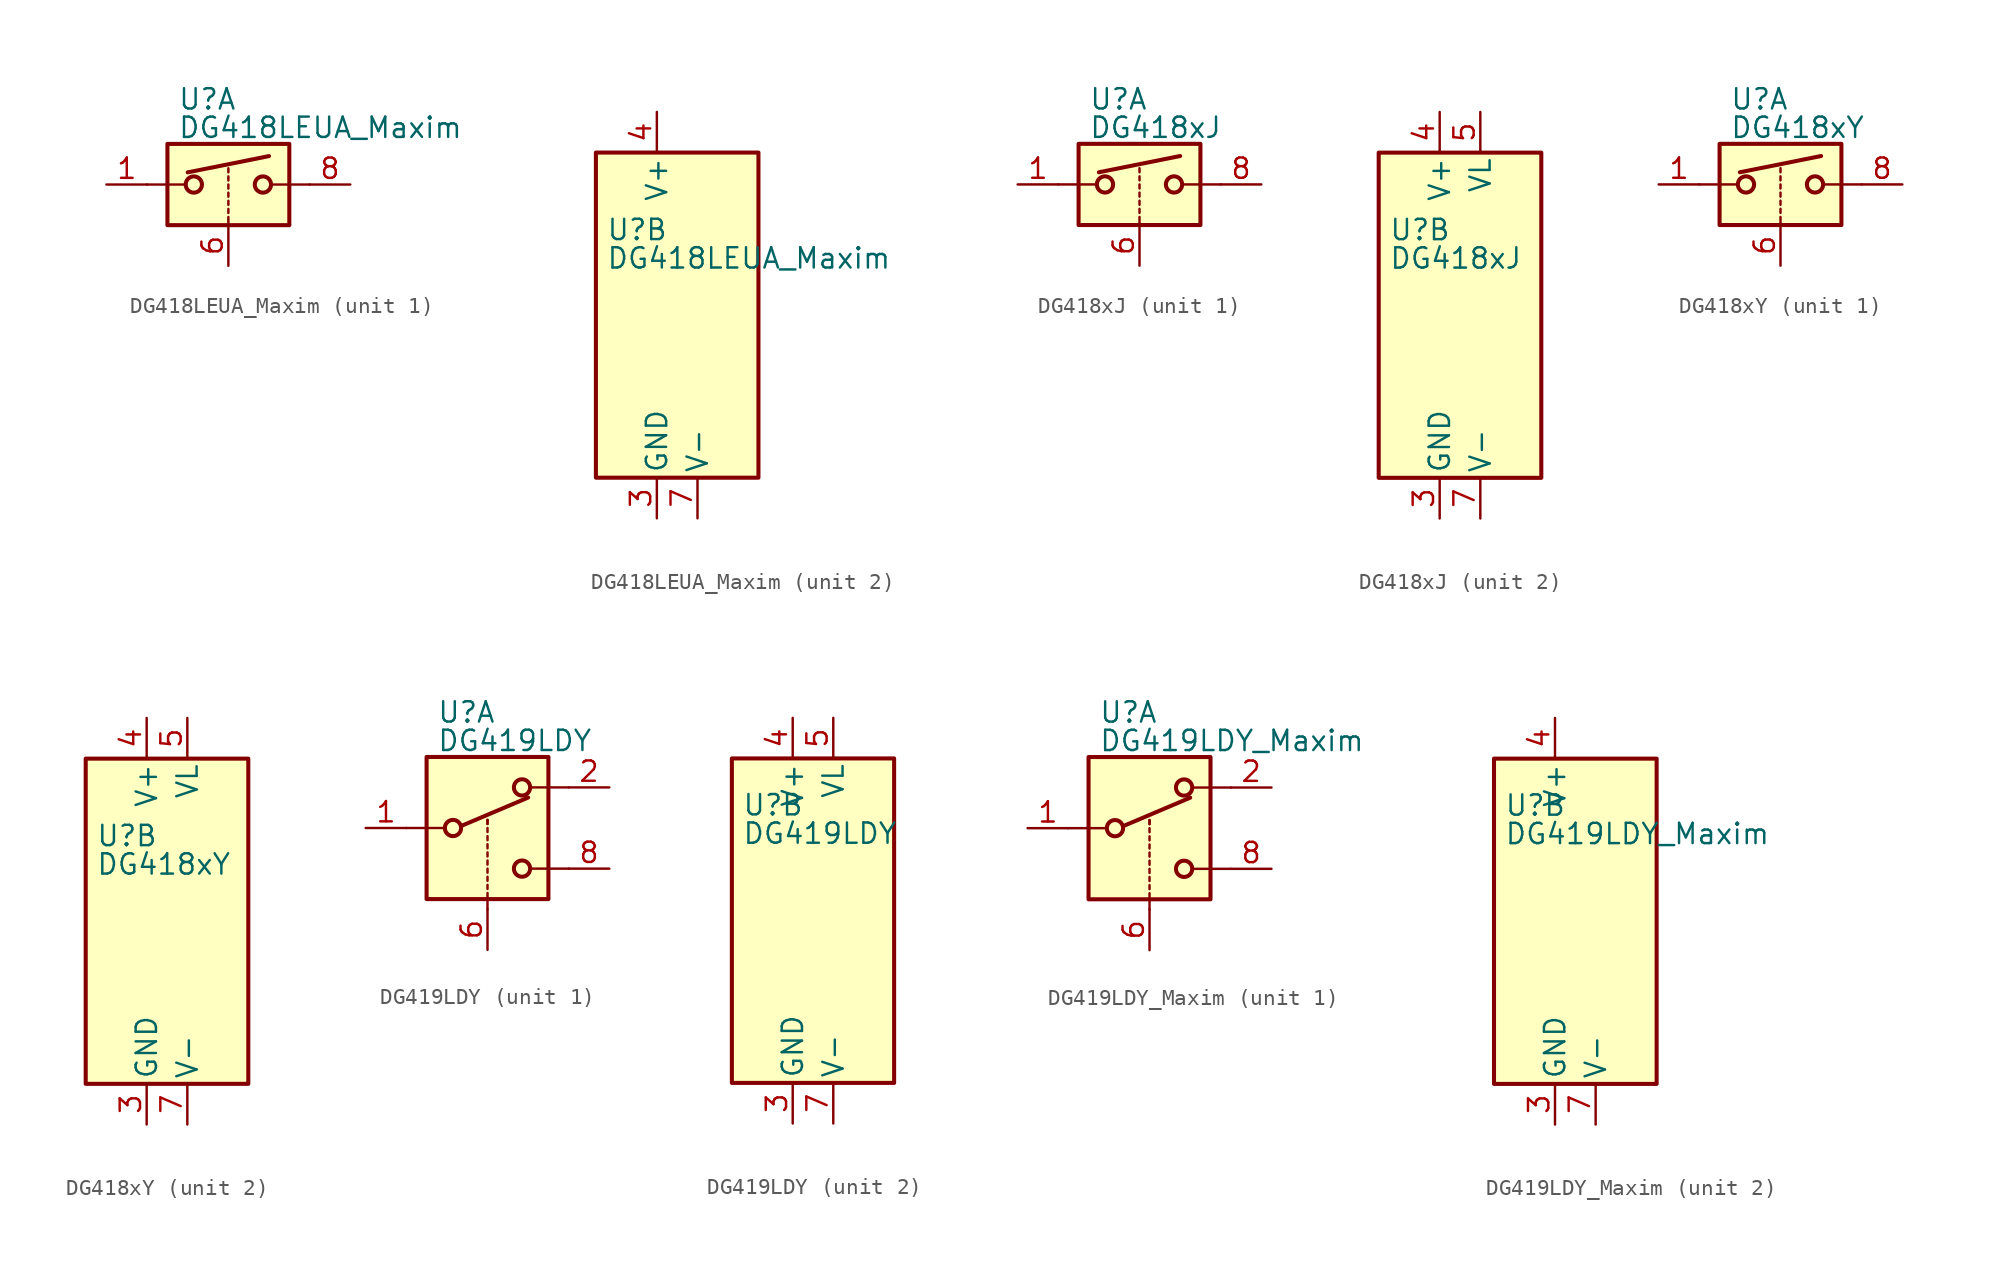
<source format=kicad_sym>
(kicad_symbol_lib
  (version 20241209)
  (generator "kicad_symbol_editor")
  (generator_version "9.0")
  (symbol "DG418LEUA_Maxim"
    (pin_names
      (offset 0.254))
    (property "Reference" "U"
      (at -3.175 5.334 0)
      (effects (font (size 1.27 1.27)) (justify left)))
    (property "Value" "DG418LEUA_Maxim"
      (at -3.175 3.556 0)
      (effects (font (size 1.27 1.27)) (justify left)))
    (symbol "DG418LEUA_Maxim_1_1"
      (polyline (pts (xy -5.08 0) (xy -2.794 0)) (stroke (width 0) (type default)) (fill (type none)))
      (rectangle (start -3.81 2.54) (end 3.81 -2.54) (stroke (width 0.254) (type default)) (fill (type background)))
      (polyline (pts (xy -2.54 0.762) (xy 2.54 1.778)) (stroke (width 0.254) (type default)) (fill (type none)))
      (circle (center -2.159 0) (radius 0.508) (stroke (width 0.254) (type default)) (fill (type none)))
      (polyline (pts (xy 0 0.762) (xy 0 1.016)) (stroke (width 0) (type default)) (fill (type none)))
      (polyline (pts (xy 0 0.254) (xy 0 0.508)) (stroke (width 0) (type default)) (fill (type none)))
      (polyline (pts (xy 0 -0.254) (xy 0 0)) (stroke (width 0) (type default)) (fill (type none)))
      (polyline (pts (xy 0 -0.762) (xy 0 -0.508)) (stroke (width 0) (type default)) (fill (type none)))
      (polyline (pts (xy 0 -1.27) (xy 0 -1.016)) (stroke (width 0) (type default)) (fill (type none)))
      (polyline (pts (xy 0 -1.778) (xy 0 -1.524)) (stroke (width 0) (type default)) (fill (type none)))
      (polyline (pts (xy 0 -2.54) (xy 0 -2.032)) (stroke (width 0) (type default)) (fill (type none)))
      (circle (center 2.159 0) (radius 0.508) (stroke (width 0.254) (type default)) (fill (type none)))
      (polyline (pts (xy 5.08 0) (xy 2.794 0)) (stroke (width 0) (type default)) (fill (type none)))
      (pin passive line (at -7.62 0 0) (length 2.54) (name "~" (effects (font (size 1.27 1.27)))) (number "1" (effects (font (size 1.27 1.27)))))
      (pin input line (at 0 -5.08 90) (length 2.54) (name "~" (effects (font (size 1.27 1.27)))) (number "6" (effects (font (size 1.27 1.27)))))
      (pin passive line (at 7.62 0 180) (length 2.54) (name "~" (effects (font (size 1.27 1.27)))) (number "8" (effects (font (size 1.27 1.27))))))
    (symbol "DG418LEUA_Maxim_2_0"
      (pin no_connect line (at -2.54 10.16 270) (length 2.54) (hide yes) (name "NC" (effects (font (size 1.27 1.27)))) (number "2" (effects (font (size 1.27 1.27)))))
      (pin power_in line (at 0 12.7 270) (length 2.54) (name "V+" (effects (font (size 1.27 1.27)))) (number "4" (effects (font (size 1.27 1.27)))))
      (pin power_in line (at 0 -12.7 90) (length 2.54) (name "GND" (effects (font (size 1.27 1.27)))) (number "3" (effects (font (size 1.27 1.27)))))
      (pin no_connect line (at 2.54 10.16 270) (length 2.54) (hide yes) (name "NC" (effects (font (size 1.27 1.27)))) (number "5" (effects (font (size 1.27 1.27)))))
      (pin power_in line (at 2.54 -12.7 90) (length 2.54) (name "V-" (effects (font (size 1.27 1.27)))) (number "7" (effects (font (size 1.27 1.27))))))
    (symbol "DG418LEUA_Maxim_2_1"
      (rectangle (start -3.81 10.16) (end 6.35 -10.16) (stroke (width 0.254) (type default)) (fill (type background)))))
  (symbol "DG418xJ"
    (pin_names
      (offset 0.254))
    (property "Reference" "U"
      (at -3.175 5.334 0)
      (effects (font (size 1.27 1.27)) (justify left)))
    (property "Value" "DG418xJ"
      (at -3.175 3.556 0)
      (effects (font (size 1.27 1.27)) (justify left)))
    (symbol "DG418xJ_1_1"
      (polyline (pts (xy -5.08 0) (xy -2.794 0)) (stroke (width 0) (type default)) (fill (type none)))
      (rectangle (start -3.81 2.54) (end 3.81 -2.54) (stroke (width 0.254) (type default)) (fill (type background)))
      (polyline (pts (xy -2.54 0.762) (xy 2.54 1.778)) (stroke (width 0.254) (type default)) (fill (type none)))
      (circle (center -2.159 0) (radius 0.508) (stroke (width 0.254) (type default)) (fill (type none)))
      (polyline (pts (xy 0 0.762) (xy 0 1.016)) (stroke (width 0) (type default)) (fill (type none)))
      (polyline (pts (xy 0 0.254) (xy 0 0.508)) (stroke (width 0) (type default)) (fill (type none)))
      (polyline (pts (xy 0 -0.254) (xy 0 0)) (stroke (width 0) (type default)) (fill (type none)))
      (polyline (pts (xy 0 -0.762) (xy 0 -0.508)) (stroke (width 0) (type default)) (fill (type none)))
      (polyline (pts (xy 0 -1.27) (xy 0 -1.016)) (stroke (width 0) (type default)) (fill (type none)))
      (polyline (pts (xy 0 -1.778) (xy 0 -1.524)) (stroke (width 0) (type default)) (fill (type none)))
      (polyline (pts (xy 0 -2.54) (xy 0 -2.032)) (stroke (width 0) (type default)) (fill (type none)))
      (circle (center 2.159 0) (radius 0.508) (stroke (width 0.254) (type default)) (fill (type none)))
      (polyline (pts (xy 5.08 0) (xy 2.794 0)) (stroke (width 0) (type default)) (fill (type none)))
      (pin passive line (at -7.62 0 0) (length 2.54) (name "~" (effects (font (size 1.27 1.27)))) (number "1" (effects (font (size 1.27 1.27)))))
      (pin input line (at 0 -5.08 90) (length 2.54) (name "~" (effects (font (size 1.27 1.27)))) (number "6" (effects (font (size 1.27 1.27)))))
      (pin passive line (at 7.62 0 180) (length 2.54) (name "~" (effects (font (size 1.27 1.27)))) (number "8" (effects (font (size 1.27 1.27))))))
    (symbol "DG418xJ_2_0"
      (pin no_connect line (at -2.54 10.16 270) (length 2.54) (hide yes) (name "NC" (effects (font (size 1.27 1.27)))) (number "2" (effects (font (size 1.27 1.27)))))
      (pin power_in line (at 0 12.7 270) (length 2.54) (name "V+" (effects (font (size 1.27 1.27)))) (number "4" (effects (font (size 1.27 1.27)))))
      (pin power_in line (at 0 -12.7 90) (length 2.54) (name "GND" (effects (font (size 1.27 1.27)))) (number "3" (effects (font (size 1.27 1.27)))))
      (pin power_in line (at 2.54 12.7 270) (length 2.54) (name "VL" (effects (font (size 1.27 1.27)))) (number "5" (effects (font (size 1.27 1.27)))))
      (pin power_in line (at 2.54 -12.7 90) (length 2.54) (name "V-" (effects (font (size 1.27 1.27)))) (number "7" (effects (font (size 1.27 1.27))))))
    (symbol "DG418xJ_2_1"
      (rectangle (start -3.81 10.16) (end 6.35 -10.16) (stroke (width 0.254) (type default)) (fill (type background)))))
  (symbol "DG418xY"
    (pin_names
      (offset 0.254))
    (property "Reference" "U"
      (at -3.175 5.334 0)
      (effects (font (size 1.27 1.27)) (justify left)))
    (property "Value" "DG418xY"
      (at -3.175 3.556 0)
      (effects (font (size 1.27 1.27)) (justify left)))
    (symbol "DG418xY_1_1"
      (polyline (pts (xy -5.08 0) (xy -2.794 0)) (stroke (width 0) (type default)) (fill (type none)))
      (rectangle (start -3.81 2.54) (end 3.81 -2.54) (stroke (width 0.254) (type default)) (fill (type background)))
      (polyline (pts (xy -2.54 0.762) (xy 2.54 1.778)) (stroke (width 0.254) (type default)) (fill (type none)))
      (circle (center -2.159 0) (radius 0.508) (stroke (width 0.254) (type default)) (fill (type none)))
      (polyline (pts (xy 0 0.762) (xy 0 1.016)) (stroke (width 0) (type default)) (fill (type none)))
      (polyline (pts (xy 0 0.254) (xy 0 0.508)) (stroke (width 0) (type default)) (fill (type none)))
      (polyline (pts (xy 0 -0.254) (xy 0 0)) (stroke (width 0) (type default)) (fill (type none)))
      (polyline (pts (xy 0 -0.762) (xy 0 -0.508)) (stroke (width 0) (type default)) (fill (type none)))
      (polyline (pts (xy 0 -1.27) (xy 0 -1.016)) (stroke (width 0) (type default)) (fill (type none)))
      (polyline (pts (xy 0 -1.778) (xy 0 -1.524)) (stroke (width 0) (type default)) (fill (type none)))
      (polyline (pts (xy 0 -2.54) (xy 0 -2.032)) (stroke (width 0) (type default)) (fill (type none)))
      (circle (center 2.159 0) (radius 0.508) (stroke (width 0.254) (type default)) (fill (type none)))
      (polyline (pts (xy 5.08 0) (xy 2.794 0)) (stroke (width 0) (type default)) (fill (type none)))
      (pin passive line (at -7.62 0 0) (length 2.54) (name "~" (effects (font (size 1.27 1.27)))) (number "1" (effects (font (size 1.27 1.27)))))
      (pin input line (at 0 -5.08 90) (length 2.54) (name "~" (effects (font (size 1.27 1.27)))) (number "6" (effects (font (size 1.27 1.27)))))
      (pin passive line (at 7.62 0 180) (length 2.54) (name "~" (effects (font (size 1.27 1.27)))) (number "8" (effects (font (size 1.27 1.27))))))
    (symbol "DG418xY_2_0"
      (pin no_connect line (at -2.54 10.16 270) (length 2.54) (hide yes) (name "NC" (effects (font (size 1.27 1.27)))) (number "2" (effects (font (size 1.27 1.27)))))
      (pin power_in line (at 0 12.7 270) (length 2.54) (name "V+" (effects (font (size 1.27 1.27)))) (number "4" (effects (font (size 1.27 1.27)))))
      (pin power_in line (at 0 -12.7 90) (length 2.54) (name "GND" (effects (font (size 1.27 1.27)))) (number "3" (effects (font (size 1.27 1.27)))))
      (pin power_in line (at 2.54 12.7 270) (length 2.54) (name "VL" (effects (font (size 1.27 1.27)))) (number "5" (effects (font (size 1.27 1.27)))))
      (pin power_in line (at 2.54 -12.7 90) (length 2.54) (name "V-" (effects (font (size 1.27 1.27)))) (number "7" (effects (font (size 1.27 1.27))))))
    (symbol "DG418xY_2_1"
      (rectangle (start -3.81 10.16) (end 6.35 -10.16) (stroke (width 0.254) (type default)) (fill (type background)))))
  (symbol "DG419LDY"
    (pin_names
      (offset 0.254))
    (property "Reference" "U"
      (at -3.175 7.239 0)
      (effects (font (size 1.27 1.27)) (justify left)))
    (property "Value" "DG419LDY"
      (at -3.175 5.461 0)
      (effects (font (size 1.27 1.27)) (justify left)))
    (symbol "DG419LDY_1_1"
      (polyline (pts (xy -5.08 0) (xy -2.794 0)) (stroke (width 0) (type default)) (fill (type none)))
      (rectangle (start -3.81 4.445) (end 3.81 -4.445) (stroke (width 0.254) (type default)) (fill (type background)))
      (circle (center -2.159 0) (radius 0.508) (stroke (width 0.254) (type default)) (fill (type none)))
      (polyline (pts (xy -1.651 0.127) (xy 2.54 1.905)) (stroke (width 0.254) (type default)) (fill (type none)))
      (polyline (pts (xy 0 0.254) (xy 0 0.508)) (stroke (width 0) (type default)) (fill (type none)))
      (polyline (pts (xy 0 0.254) (xy 0 0.508)) (stroke (width 0) (type default)) (fill (type none)))
      (polyline (pts (xy 0 -0.254) (xy 0 0)) (stroke (width 0) (type default)) (fill (type none)))
      (polyline (pts (xy 0 -0.762) (xy 0 -0.508)) (stroke (width 0) (type default)) (fill (type none)))
      (polyline (pts (xy 0 -1.27) (xy 0 -1.016)) (stroke (width 0) (type default)) (fill (type none)))
      (polyline (pts (xy 0 -1.778) (xy 0 -1.524)) (stroke (width 0) (type default)) (fill (type none)))
      (polyline (pts (xy 0 -2.286) (xy 0 -2.032)) (stroke (width 0) (type default)) (fill (type none)))
      (polyline (pts (xy 0 -2.794) (xy 0 -2.54)) (stroke (width 0) (type default)) (fill (type none)))
      (polyline (pts (xy 0 -3.302) (xy 0 -3.048)) (stroke (width 0) (type default)) (fill (type none)))
      (polyline (pts (xy 0 -3.81) (xy 0 -3.556)) (stroke (width 0) (type default)) (fill (type none)))
      (polyline (pts (xy 0 -4.318) (xy 0 -4.064)) (stroke (width 0) (type default)) (fill (type none)))
      (polyline (pts (xy 0 -5.08) (xy 0 -4.572)) (stroke (width 0) (type default)) (fill (type none)))
      (circle (center 2.159 2.54) (radius 0.508) (stroke (width 0.254) (type default)) (fill (type none)))
      (circle (center 2.159 -2.54) (radius 0.508) (stroke (width 0.254) (type default)) (fill (type none)))
      (polyline (pts (xy 5.08 2.54) (xy 2.794 2.54)) (stroke (width 0) (type default)) (fill (type none)))
      (polyline (pts (xy 5.08 -2.54) (xy 2.794 -2.54)) (stroke (width 0) (type default)) (fill (type none)))
      (pin passive line (at -7.62 0 0) (length 2.54) (name "~" (effects (font (size 1.27 1.27)))) (number "1" (effects (font (size 1.27 1.27)))))
      (pin input line (at 0 -7.62 90) (length 2.54) (name "~" (effects (font (size 1.27 1.27)))) (number "6" (effects (font (size 1.27 1.27)))))
      (pin passive line (at 7.62 2.54 180) (length 2.54) (name "~" (effects (font (size 1.27 1.27)))) (number "2" (effects (font (size 1.27 1.27)))))
      (pin passive line (at 7.62 -2.54 180) (length 2.54) (name "~" (effects (font (size 1.27 1.27)))) (number "8" (effects (font (size 1.27 1.27))))))
    (symbol "DG419LDY_2_0"
      (pin power_in line (at 0 12.7 270) (length 2.54) (name "V+" (effects (font (size 1.27 1.27)))) (number "4" (effects (font (size 1.27 1.27)))))
      (pin power_in line (at 0 -12.7 90) (length 2.54) (name "GND" (effects (font (size 1.27 1.27)))) (number "3" (effects (font (size 1.27 1.27)))))
      (pin power_in line (at 2.54 12.7 270) (length 2.54) (name "VL" (effects (font (size 1.27 1.27)))) (number "5" (effects (font (size 1.27 1.27)))))
      (pin power_in line (at 2.54 -12.7 90) (length 2.54) (name "V-" (effects (font (size 1.27 1.27)))) (number "7" (effects (font (size 1.27 1.27))))))
    (symbol "DG419LDY_2_1"
      (rectangle (start -3.81 10.16) (end 6.35 -10.16) (stroke (width 0.254) (type default)) (fill (type background)))))
  (symbol "DG419LDY_Maxim"
    (pin_names
      (offset 0.254))
    (property "Reference" "U"
      (at -3.175 7.239 0)
      (effects (font (size 1.27 1.27)) (justify left)))
    (property "Value" "DG419LDY_Maxim"
      (at -3.175 5.461 0)
      (effects (font (size 1.27 1.27)) (justify left)))
    (symbol "DG419LDY_Maxim_1_1"
      (polyline (pts (xy -5.08 0) (xy -2.794 0)) (stroke (width 0) (type default)) (fill (type none)))
      (rectangle (start -3.81 4.445) (end 3.81 -4.445) (stroke (width 0.254) (type default)) (fill (type background)))
      (circle (center -2.159 0) (radius 0.508) (stroke (width 0.254) (type default)) (fill (type none)))
      (polyline (pts (xy -1.651 0.127) (xy 2.54 1.905)) (stroke (width 0.254) (type default)) (fill (type none)))
      (polyline (pts (xy 0 0.254) (xy 0 0.508)) (stroke (width 0) (type default)) (fill (type none)))
      (polyline (pts (xy 0 0.254) (xy 0 0.508)) (stroke (width 0) (type default)) (fill (type none)))
      (polyline (pts (xy 0 -0.254) (xy 0 0)) (stroke (width 0) (type default)) (fill (type none)))
      (polyline (pts (xy 0 -0.762) (xy 0 -0.508)) (stroke (width 0) (type default)) (fill (type none)))
      (polyline (pts (xy 0 -1.27) (xy 0 -1.016)) (stroke (width 0) (type default)) (fill (type none)))
      (polyline (pts (xy 0 -1.778) (xy 0 -1.524)) (stroke (width 0) (type default)) (fill (type none)))
      (polyline (pts (xy 0 -2.286) (xy 0 -2.032)) (stroke (width 0) (type default)) (fill (type none)))
      (polyline (pts (xy 0 -2.794) (xy 0 -2.54)) (stroke (width 0) (type default)) (fill (type none)))
      (polyline (pts (xy 0 -3.302) (xy 0 -3.048)) (stroke (width 0) (type default)) (fill (type none)))
      (polyline (pts (xy 0 -3.81) (xy 0 -3.556)) (stroke (width 0) (type default)) (fill (type none)))
      (polyline (pts (xy 0 -4.318) (xy 0 -4.064)) (stroke (width 0) (type default)) (fill (type none)))
      (polyline (pts (xy 0 -5.08) (xy 0 -4.572)) (stroke (width 0) (type default)) (fill (type none)))
      (circle (center 2.159 2.54) (radius 0.508) (stroke (width 0.254) (type default)) (fill (type none)))
      (circle (center 2.159 -2.54) (radius 0.508) (stroke (width 0.254) (type default)) (fill (type none)))
      (polyline (pts (xy 5.08 2.54) (xy 2.794 2.54)) (stroke (width 0) (type default)) (fill (type none)))
      (polyline (pts (xy 5.08 -2.54) (xy 2.794 -2.54)) (stroke (width 0) (type default)) (fill (type none)))
      (pin passive line (at -7.62 0 0) (length 2.54) (name "~" (effects (font (size 1.27 1.27)))) (number "1" (effects (font (size 1.27 1.27)))))
      (pin input line (at 0 -7.62 90) (length 2.54) (name "~" (effects (font (size 1.27 1.27)))) (number "6" (effects (font (size 1.27 1.27)))))
      (pin passive line (at 7.62 2.54 180) (length 2.54) (name "~" (effects (font (size 1.27 1.27)))) (number "2" (effects (font (size 1.27 1.27)))))
      (pin passive line (at 7.62 -2.54 180) (length 2.54) (name "~" (effects (font (size 1.27 1.27)))) (number "8" (effects (font (size 1.27 1.27))))))
    (symbol "DG419LDY_Maxim_2_0"
      (pin power_in line (at 0 12.7 270) (length 2.54) (name "V+" (effects (font (size 1.27 1.27)))) (number "4" (effects (font (size 1.27 1.27)))))
      (pin power_in line (at 0 -12.7 90) (length 2.54) (name "GND" (effects (font (size 1.27 1.27)))) (number "3" (effects (font (size 1.27 1.27)))))
      (pin no_connect line (at 2.54 10.16 270) (length 2.54) (hide yes) (name "NC" (effects (font (size 1.27 1.27)))) (number "5" (effects (font (size 1.27 1.27)))))
      (pin power_in line (at 2.54 -12.7 90) (length 2.54) (name "V-" (effects (font (size 1.27 1.27)))) (number "7" (effects (font (size 1.27 1.27))))))
    (symbol "DG419LDY_Maxim_2_1"
      (rectangle (start -3.81 10.16) (end 6.35 -10.16) (stroke (width 0.254) (type default)) (fill (type background))))))
</source>
